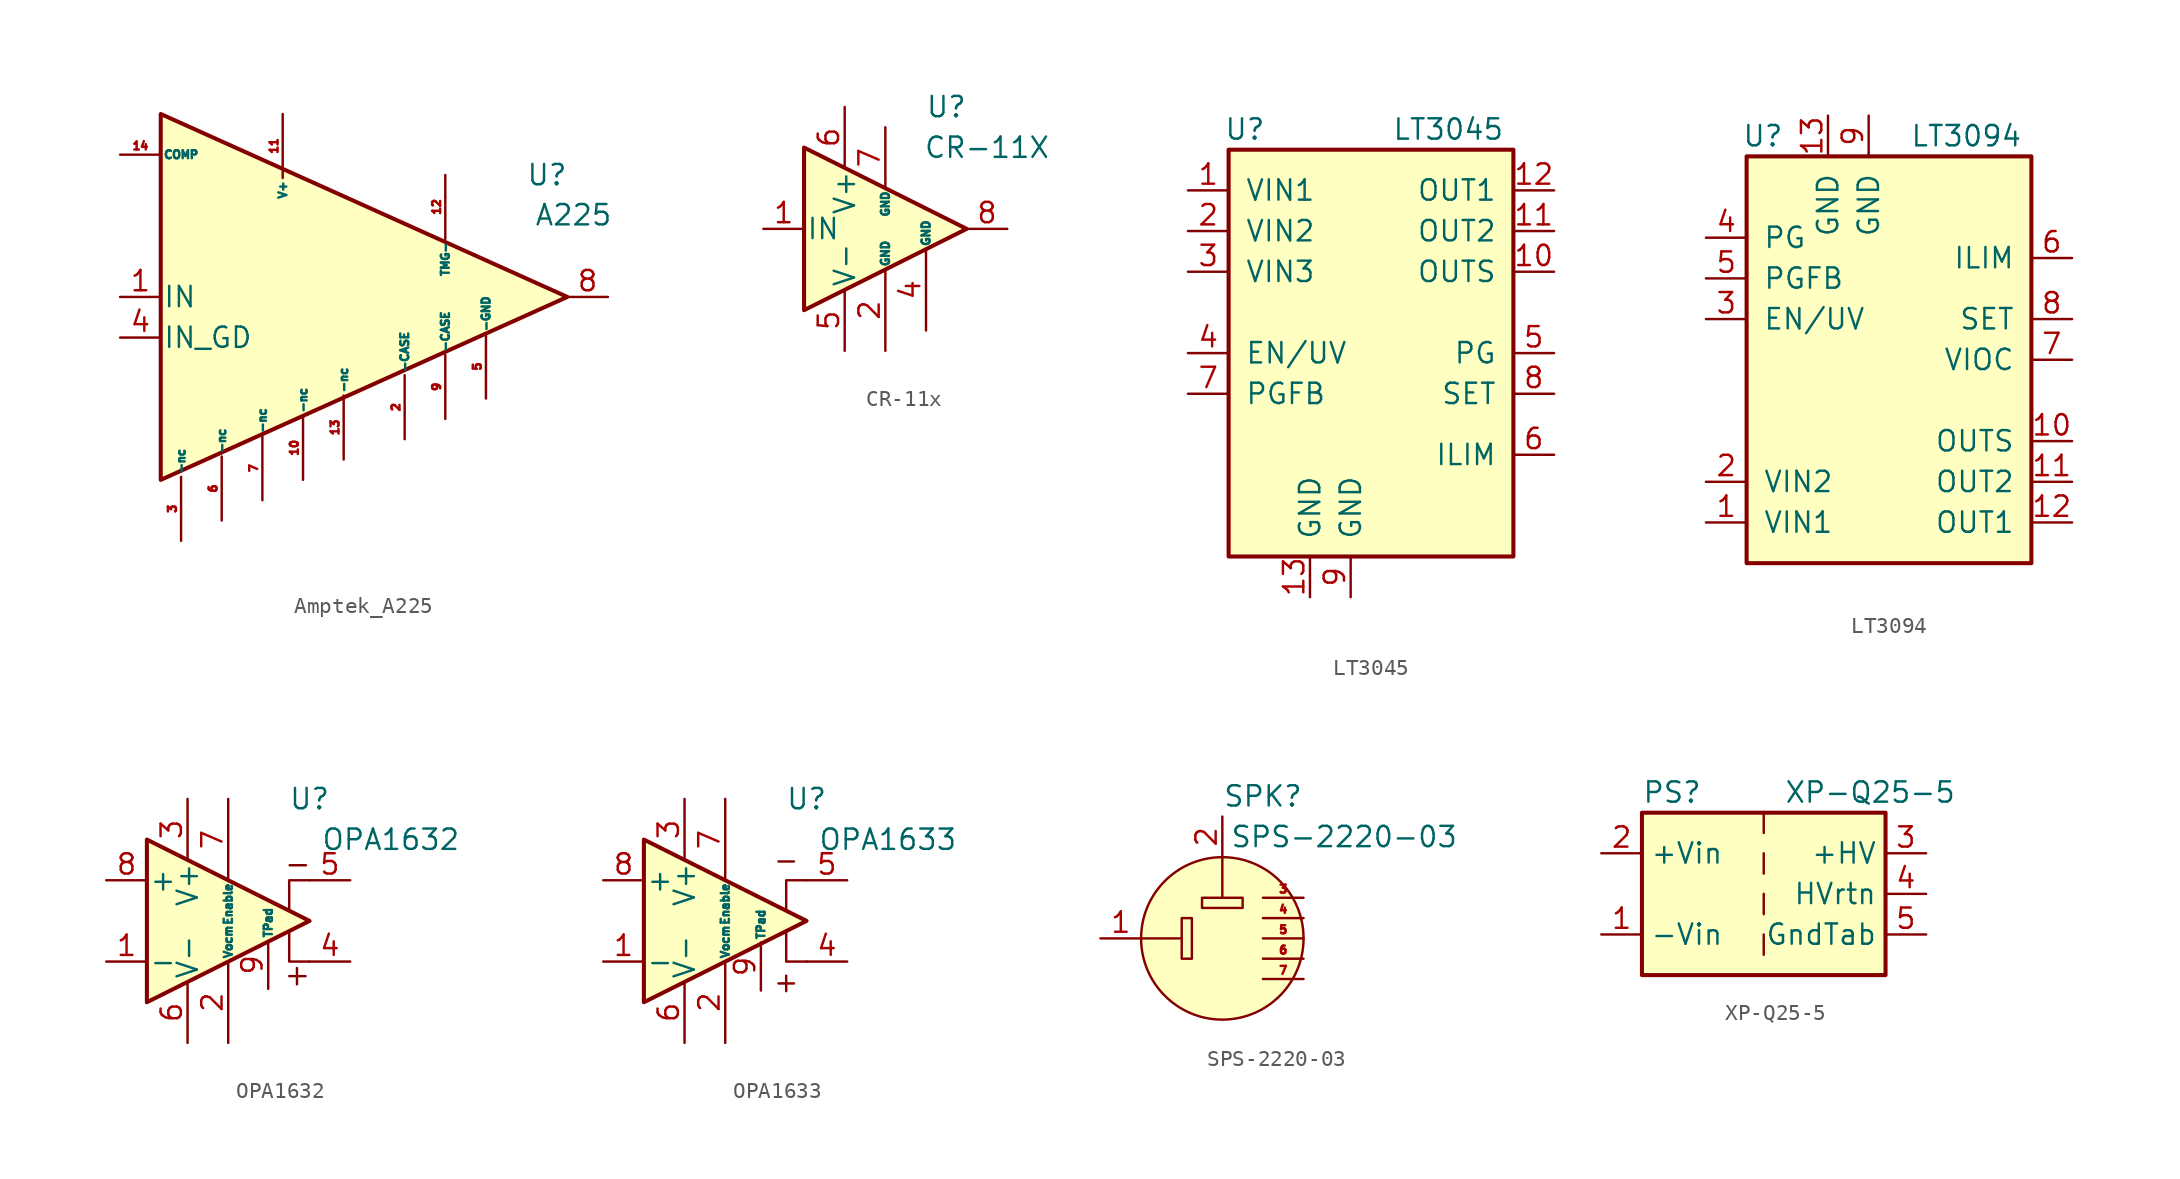
<source format=kicad_sym>
(kicad_symbol_lib
  (version 20220914)
  (generator kicad_symbol_editor)
  (symbol "Amptek_A225"
    (pin_names
      (offset 0.127))
    (property "Reference" "U"
      (at 3.81 7.62 0)
      (do_not_autoplace)
      (effects (font (size 1.27 1.27))))
    (property "Value" "A225"
      (at 5.471 5.115 0)
      (do_not_autoplace)
      (effects (font (size 1.27 1.27))))
    (symbol "Amptek_A225_1_1"
      (polyline (pts (xy -20.32 11.43) (xy 5.08 0) (xy -20.32 -11.43) (xy -20.32 11.43)) (stroke (width 0.254) (type default)) (fill (type background)))
      (pin input line (at -22.86 0 0) (length 2.54) (name "IN" (effects (font (size 1.27 1.27)))) (number "1" (effects (font (size 1.27 1.27)))))
      (pin passive line (at -11.43 -11.43 90) (length 4) (name "-nc" (effects (font (size 0.5 0.5)))) (number "10" (effects (font (size 0.5 0.5)))))
      (pin power_in line (at -12.7 11.43 270) (length 4) (name "V+" (effects (font (size 0.5 0.5)))) (number "11" (effects (font (size 0.5 0.5)))))
      (pin output line (at -2.54 7.62 270) (length 4) (name "TMG-" (effects (font (size 0.5 0.5)))) (number "12" (effects (font (size 0.5 0.5)))))
      (pin passive line (at -8.89 -10.16 90) (length 4) (name "-nc" (effects (font (size 0.5 0.5)))) (number "13" (effects (font (size 0.5 0.5)))))
      (pin passive line (at -22.86 8.89 0) (length 2.54) (name "COMP" (effects (font (size 0.5 0.5)))) (number "14" (effects (font (size 0.5 0.5)))))
      (pin input line (at -5.08 -8.89 90) (length 4) (name "-CASE" (effects (font (size 0.5 0.5)))) (number "2" (effects (font (size 0.5 0.5)))))
      (pin passive line (at -19.05 -15.24 90) (length 4) (name "-nc" (effects (font (size 0.5 0.5)))) (number "3" (effects (font (size 0.5 0.5)))))
      (pin input line (at -22.86 -2.54 0) (length 2.54) (name "IN_GD" (effects (font (size 1.27 1.27)))) (number "4" (effects (font (size 1.27 1.27)))))
      (pin input line (at 0 -6.35 90) (length 4) (name "-GND" (effects (font (size 0.5 0.5)))) (number "5" (effects (font (size 0.5 0.5)))))
      (pin passive line (at -16.51 -13.97 90) (length 4) (name "-nc" (effects (font (size 0.5 0.5)))) (number "6" (effects (font (size 0.5 0.5)))))
      (pin passive line (at -13.97 -12.7 90) (length 4) (name "-nc" (effects (font (size 0.5 0.5)))) (number "7" (effects (font (size 0.5 0.5)))))
      (pin output line (at 7.62 0 180) (length 2.54) (name "~" (effects (font (size 1.27 1.27)))) (number "8" (effects (font (size 1.27 1.27)))))
      (pin input line (at -2.54 -7.62 90) (length 4) (name "-CASE" (effects (font (size 0.5 0.5)))) (number "9" (effects (font (size 0.5 0.5)))))))
  (symbol "CR-11x"
    (pin_names
      (offset 0.127))
    (property "Reference" "U"
      (at 3.81 7.62 0)
      (do_not_autoplace)
      (effects (font (size 1.27 1.27))))
    (property "Value" "CR-11X"
      (at 6.35 5.08 0)
      (do_not_autoplace)
      (effects (font (size 1.27 1.27))))
    (symbol "CR-11x_0_1"
      (polyline (pts (xy -5.08 5.08) (xy 5.08 0) (xy -5.08 -5.08) (xy -5.08 5.08)) (stroke (width 0.254) (type default)) (fill (type background))))
    (symbol "CR-11x_1_1"
      (pin input line (at -7.62 0 0) (length 2.54) (name "IN" (effects (font (size 1.27 1.27)))) (number "1" (effects (font (size 1.27 1.27)))))
      (pin input line (at 0 -7.62 90) (length 5.08) (name "GND" (effects (font (size 0.508 0.508)))) (number "2" (effects (font (size 1.27 1.27)))))
      (pin input line (at 2.54 -6.35 90) (length 5.08) (name "GND" (effects (font (size 0.508 0.508)))) (number "4" (effects (font (size 1.27 1.27)))))
      (pin power_in line (at -2.54 -7.62 90) (length 3.81) (name "V-" (effects (font (size 1.27 1.27)))) (number "5" (effects (font (size 1.27 1.27)))))
      (pin power_in line (at -2.54 7.62 270) (length 3.81) (name "V+" (effects (font (size 1.27 1.27)))) (number "6" (effects (font (size 1.27 1.27)))))
      (pin input line (at 0 6.35 270) (length 3.81) (name "GND" (effects (font (size 0.5 0.5)))) (number "7" (effects (font (size 1.27 1.27)))))
      (pin output line (at 7.62 0 180) (length 2.54) (name "~" (effects (font (size 1.27 1.27)))) (number "8" (effects (font (size 1.27 1.27)))))))
  (symbol "LT3045"
    (pin_names
      (offset 1.016))
    (property "Reference" "U"
      (at -6.604 8.89 0)
      (effects (font (size 1.27 1.27))))
    (property "Value" "LT3045"
      (at 6.096 8.89 0)
      (effects (font (size 1.27 1.27))))
    (symbol "LT3045_0_1"
      (rectangle (start -7.62 7.62) (end 10.16 -17.78) (stroke (width 0.254) (type default)) (fill (type background))))
    (symbol "LT3045_1_1"
      (pin power_in line (at -10.16 5.08 0) (length 2.54) (name "VIN1" (effects (font (size 1.27 1.27)))) (number "1" (effects (font (size 1.27 1.27)))))
      (pin power_out line (at 12.7 0 180) (length 2.54) (name "OUTS" (effects (font (size 1.27 1.27)))) (number "10" (effects (font (size 1.27 1.27)))))
      (pin power_out line (at 12.7 2.54 180) (length 2.54) (name "OUT2" (effects (font (size 1.27 1.27)))) (number "11" (effects (font (size 1.27 1.27)))))
      (pin power_out line (at 12.7 5.08 180) (length 2.54) (name "OUT1" (effects (font (size 1.27 1.27)))) (number "12" (effects (font (size 1.27 1.27)))))
      (pin power_in line (at -2.54 -20.32 90) (length 2.54) (name "GND" (effects (font (size 1.27 1.27)))) (number "13" (effects (font (size 1.27 1.27)))))
      (pin power_in line (at -10.16 2.54 0) (length 2.54) (name "VIN2" (effects (font (size 1.27 1.27)))) (number "2" (effects (font (size 1.27 1.27)))))
      (pin power_in line (at -10.16 0 0) (length 2.54) (name "VIN3" (effects (font (size 1.27 1.27)))) (number "3" (effects (font (size 1.27 1.27)))))
      (pin input line (at -10.16 -5.08 0) (length 2.54) (name "EN/UV" (effects (font (size 1.27 1.27)))) (number "4" (effects (font (size 1.27 1.27)))))
      (pin input line (at 12.7 -5.08 180) (length 2.54) (name "PG" (effects (font (size 1.27 1.27)))) (number "5" (effects (font (size 1.27 1.27)))))
      (pin input line (at 12.7 -11.43 180) (length 2.54) (name "ILIM" (effects (font (size 1.27 1.27)))) (number "6" (effects (font (size 1.27 1.27)))))
      (pin input line (at -10.16 -7.62 0) (length 2.54) (name "PGFB" (effects (font (size 1.27 1.27)))) (number "7" (effects (font (size 1.27 1.27)))))
      (pin input line (at 12.7 -7.62 180) (length 2.54) (name "SET" (effects (font (size 1.27 1.27)))) (number "8" (effects (font (size 1.27 1.27)))))
      (pin power_in line (at 0 -20.32 90) (length 2.54) (name "GND" (effects (font (size 1.27 1.27)))) (number "9" (effects (font (size 1.27 1.27)))))))
  (symbol "LT3094"
    (pin_names
      (offset 1.016))
    (property "Reference" "U"
      (at -6.604 8.89 0)
      (effects (font (size 1.27 1.27))))
    (property "Value" "LT3094"
      (at 6.096 8.89 0)
      (effects (font (size 1.27 1.27))))
    (symbol "LT3094_0_1"
      (rectangle (start -7.62 7.62) (end 10.16 -17.78) (stroke (width 0.254) (type default)) (fill (type background))))
    (symbol "LT3094_1_1"
      (pin power_in line (at -10.16 -15.24 0) (length 2.54) (name "VIN1" (effects (font (size 1.27 1.27)))) (number "1" (effects (font (size 1.27 1.27)))))
      (pin power_out line (at 12.7 -10.16 180) (length 2.54) (name "OUTS" (effects (font (size 1.27 1.27)))) (number "10" (effects (font (size 1.27 1.27)))))
      (pin power_out line (at 12.7 -12.7 180) (length 2.54) (name "OUT2" (effects (font (size 1.27 1.27)))) (number "11" (effects (font (size 1.27 1.27)))))
      (pin power_out line (at 12.7 -15.24 180) (length 2.54) (name "OUT1" (effects (font (size 1.27 1.27)))) (number "12" (effects (font (size 1.27 1.27)))))
      (pin power_in line (at -2.54 10.16 270) (length 2.54) (name "GND" (effects (font (size 1.27 1.27)))) (number "13" (effects (font (size 1.27 1.27)))))
      (pin power_in line (at -10.16 -12.7 0) (length 2.54) (name "VIN2" (effects (font (size 1.27 1.27)))) (number "2" (effects (font (size 1.27 1.27)))))
      (pin input line (at -10.16 -2.54 0) (length 2.54) (name "EN/UV" (effects (font (size 1.27 1.27)))) (number "3" (effects (font (size 1.27 1.27)))))
      (pin input line (at -10.16 2.54 0) (length 2.54) (name "PG" (effects (font (size 1.27 1.27)))) (number "4" (effects (font (size 1.27 1.27)))))
      (pin input line (at -10.16 0 0) (length 2.54) (name "PGFB" (effects (font (size 1.27 1.27)))) (number "5" (effects (font (size 1.27 1.27)))))
      (pin input line (at 12.7 1.27 180) (length 2.54) (name "ILIM" (effects (font (size 1.27 1.27)))) (number "6" (effects (font (size 1.27 1.27)))))
      (pin input line (at 12.7 -5.08 180) (length 2.54) (name "VIOC" (effects (font (size 1.27 1.27)))) (number "7" (effects (font (size 1.27 1.27)))))
      (pin input line (at 12.7 -2.54 180) (length 2.54) (name "SET" (effects (font (size 1.27 1.27)))) (number "8" (effects (font (size 1.27 1.27)))))
      (pin power_in line (at 0 10.16 270) (length 2.54) (name "GND" (effects (font (size 1.27 1.27)))) (number "9" (effects (font (size 1.27 1.27)))))))
  (symbol "OPA1632"
    (pin_names
      (offset 0.127))
    (property "Reference" "U"
      (at 5.08 7.62 0)
      (effects (font (size 1.27 1.27))))
    (property "Value" "OPA1632"
      (at 10.16 5.08 0)
      (effects (font (size 1.27 1.27))))
    (symbol "OPA1632_0_1"
      (polyline (pts (xy 3.813 -3.45) (xy 4.829 -3.45)) (stroke (width 0) (type default)) (fill (type none)))
      (polyline (pts (xy 3.84 3.478) (xy 4.856 3.478)) (stroke (width 0) (type default)) (fill (type none)))
      (polyline (pts (xy 4.297 -3.96) (xy 4.297 -2.944)) (stroke (width 0) (type default)) (fill (type none))))
    (symbol "OPA1632_1_1"
      (polyline (pts (xy 3.81 -0.635) (xy 3.81 -2.54) (xy 5.08 -2.54)) (stroke (width 0) (type default)) (fill (type none)))
      (polyline (pts (xy 5.08 2.54) (xy 3.81 2.54) (xy 3.81 0.635)) (stroke (width 0) (type default)) (fill (type none)))
      (polyline (pts (xy -5.08 5.08) (xy 5.08 0) (xy -5.08 -5.08) (xy -5.08 5.08)) (stroke (width 0.254) (type default)) (fill (type background)))
      (pin input line (at -7.62 -2.54 0) (length 2.54) (name "-" (effects (font (size 1.27 1.27)))) (number "1" (effects (font (size 1.27 1.27)))))
      (pin input line (at 0 -7.62 90) (length 5.08) (name "Vocm" (effects (font (size 0.508 0.508)))) (number "2" (effects (font (size 1.27 1.27)))))
      (pin power_in line (at -2.54 7.62 270) (length 3.81) (name "V+" (effects (font (size 1.27 1.27)))) (number "3" (effects (font (size 1.27 1.27)))))
      (pin output line (at 7.62 -2.54 180) (length 2.54) (name "~" (effects (font (size 1.27 1.27)))) (number "4" (effects (font (size 1.27 1.27)))))
      (pin output line (at 7.62 2.54 180) (length 2.54) (name "~" (effects (font (size 1.27 1.27)))) (number "5" (effects (font (size 1.27 1.27)))))
      (pin power_in line (at -2.54 -7.62 90) (length 3.81) (name "V-" (effects (font (size 1.27 1.27)))) (number "6" (effects (font (size 1.27 1.27)))))
      (pin input line (at 0 7.62 270) (length 5.08) (name "Enable" (effects (font (size 0.508 0.508)))) (number "7" (effects (font (size 1.27 1.27)))))
      (pin input line (at -7.62 2.54 0) (length 2.54) (name "+" (effects (font (size 1.27 1.27)))) (number "8" (effects (font (size 1.27 1.27)))))
      (pin input line (at 2.498 -4.243 90) (length 3) (name "TPad" (effects (font (size 0.508 0.508)))) (number "9" (effects (font (size 1.27 1.27)))))))
  (symbol "OPA1633"
    (pin_names
      (offset 0.127))
    (property "Reference" "U"
      (at 5.08 7.62 0)
      (effects (font (size 1.27 1.27))))
    (property "Value" "OPA1633"
      (at 10.16 5.08 0)
      (effects (font (size 1.27 1.27))))
    (symbol "OPA1633_1_1"
      (polyline (pts (xy 3.81 -0.635) (xy 3.81 -2.54) (xy 5.08 -2.54)) (stroke (width 0) (type default)) (fill (type none)))
      (polyline (pts (xy 5.08 2.54) (xy 3.81 2.54) (xy 3.81 0.635)) (stroke (width 0) (type default)) (fill (type none)))
      (polyline (pts (xy -5.08 5.08) (xy 5.08 0) (xy -5.08 -5.08) (xy -5.08 5.08)) (stroke (width 0.254) (type default)) (fill (type background)))
      (text "+" (at 3.81 -3.81 0) (effects (font (size 1.27 1.27))))
      (text "-" (at 3.81 3.81 0) (effects (font (size 1.27 1.27))))
      (pin input line (at -7.62 -2.54 0) (length 2.54) (name "-" (effects (font (size 1.27 1.27)))) (number "1" (effects (font (size 1.27 1.27)))))
      (pin input line (at 0 -7.62 90) (length 5.08) (name "Vocm" (effects (font (size 0.508 0.508)))) (number "2" (effects (font (size 1.27 1.27)))))
      (pin power_in line (at -2.54 7.62 270) (length 3.81) (name "V+" (effects (font (size 1.27 1.27)))) (number "3" (effects (font (size 1.27 1.27)))))
      (pin output line (at 7.62 -2.54 180) (length 2.54) (name "~" (effects (font (size 1.27 1.27)))) (number "4" (effects (font (size 1.27 1.27)))))
      (pin output line (at 7.62 2.54 180) (length 2.54) (name "~" (effects (font (size 1.27 1.27)))) (number "5" (effects (font (size 1.27 1.27)))))
      (pin power_in line (at -2.54 -7.62 90) (length 3.81) (name "V-" (effects (font (size 1.27 1.27)))) (number "6" (effects (font (size 1.27 1.27)))))
      (pin input line (at 0 7.62 270) (length 5.08) (name "Enable" (effects (font (size 0.508 0.508)))) (number "7" (effects (font (size 1.27 1.27)))))
      (pin input line (at -7.62 2.54 0) (length 2.54) (name "+" (effects (font (size 1.27 1.27)))) (number "8" (effects (font (size 1.27 1.27)))))
      (pin input line (at 2.229 -4.35 90) (length 3) (name "TPad" (effects (font (size 0.508 0.508)))) (number "9" (effects (font (size 1.27 1.27)))))))
  (symbol "SPS-2220-03"
    (pin_names hide)
    (property "Reference" "SPK"
      (at 2.54 8.89 0)
      (effects (font (size 1.27 1.27))))
    (property "Value" "SPS-2220-03"
      (at 7.62 6.35 0)
      (effects (font (size 1.27 1.27))))
    (symbol "SPS-2220-03_0_1"
      (rectangle (start -2.54 1.27) (end -1.905 -1.27) (stroke (width 0) (type default)) (fill (type none)))
      (rectangle (start -1.27 2.54) (end 1.27 1.905) (stroke (width 0) (type default)) (fill (type none)))
      (polyline (pts (xy -5.08 0) (xy -2.54 0)) (stroke (width 0) (type default)) (fill (type none)))
      (polyline (pts (xy 0 5.08) (xy 0 2.54)) (stroke (width 0) (type default)) (fill (type none)))
      (circle (center 0 0) (radius 5.08) (stroke (width 0) (type default)) (fill (type background))))
    (symbol "SPS-2220-03_1_1"
      (pin input line (at -7.62 0 0) (length 2.54) (name "1" (effects (font (size 1.27 1.27)))) (number "1" (effects (font (size 1.27 1.27)))))
      (pin input line (at 0 7.62 270) (length 2.54) (name "2" (effects (font (size 1.27 1.27)))) (number "2" (effects (font (size 1.27 1.27)))))
      (pin passive line (at 5.08 2.54 180) (length 2.54) (name "TH3" (effects (font (size 0.5 0.5)))) (number "3" (effects (font (size 0.5 0.5)))))
      (pin passive line (at 5.08 1.27 180) (length 2.54) (name "TH3" (effects (font (size 0.5 0.5)))) (number "4" (effects (font (size 0.5 0.5)))))
      (pin passive line (at 5.08 0 180) (length 2.54) (name "TH3" (effects (font (size 0.5 0.5)))) (number "5" (effects (font (size 0.5 0.5)))))
      (pin passive line (at 5.08 -1.27 180) (length 2.54) (name "TH3" (effects (font (size 0.5 0.5)))) (number "6" (effects (font (size 0.5 0.5)))))
      (pin passive line (at 5.08 -2.54 180) (length 2.54) (name "TH3" (effects (font (size 0.5 0.5)))) (number "7" (effects (font (size 0.5 0.5)))))))
  (symbol "XP-Q25-5"
    (property "Reference" "PS"
      (at -7.62 6.35 0)
      (effects (font (size 1.27 1.27)) (justify left)))
    (property "Value" "XP-Q25-5"
      (at 1.27 6.35 0)
      (effects (font (size 1.27 1.27)) (justify left)))
    (symbol "XP-Q25-5_0_0"
      (pin power_in line (at -10.16 -2.54 0) (length 2.54) (name "-Vin" (effects (font (size 1.27 1.27)))) (number "1" (effects (font (size 1.27 1.27))))))
    (symbol "XP-Q25-5_0_1"
      (rectangle (start -7.62 5.08) (end 7.62 -5.08) (stroke (width 0.254) (type default)) (fill (type background)))
      (polyline (pts (xy 0 -2.54) (xy 0 -3.81)) (stroke (width 0) (type default)) (fill (type none)))
      (polyline (pts (xy 0 0) (xy 0 -1.27)) (stroke (width 0) (type default)) (fill (type none)))
      (polyline (pts (xy 0 2.54) (xy 0 1.27)) (stroke (width 0) (type default)) (fill (type none)))
      (polyline (pts (xy 0 5.08) (xy 0 3.81)) (stroke (width 0) (type default)) (fill (type none))))
    (symbol "XP-Q25-5_1_0"
      (pin power_in line (at -10.16 2.54 0) (length 2.54) (name "+Vin" (effects (font (size 1.27 1.27)))) (number "2" (effects (font (size 1.27 1.27)))))
      (pin power_out line (at 10.16 2.54 180) (length 2.54) (name "+HV" (effects (font (size 1.27 1.27)))) (number "3" (effects (font (size 1.27 1.27)))))
      (pin power_out line (at 10.16 0 180) (length 2.54) (name "HVrtn" (effects (font (size 1.27 1.27)))) (number "4" (effects (font (size 1.27 1.27)))))
      (pin passive line (at 10.16 -2.54 180) (length 2.54) (name "GndTab" (effects (font (size 1.27 1.27)))) (number "5" (effects (font (size 1.27 1.27))))))))
</source>
